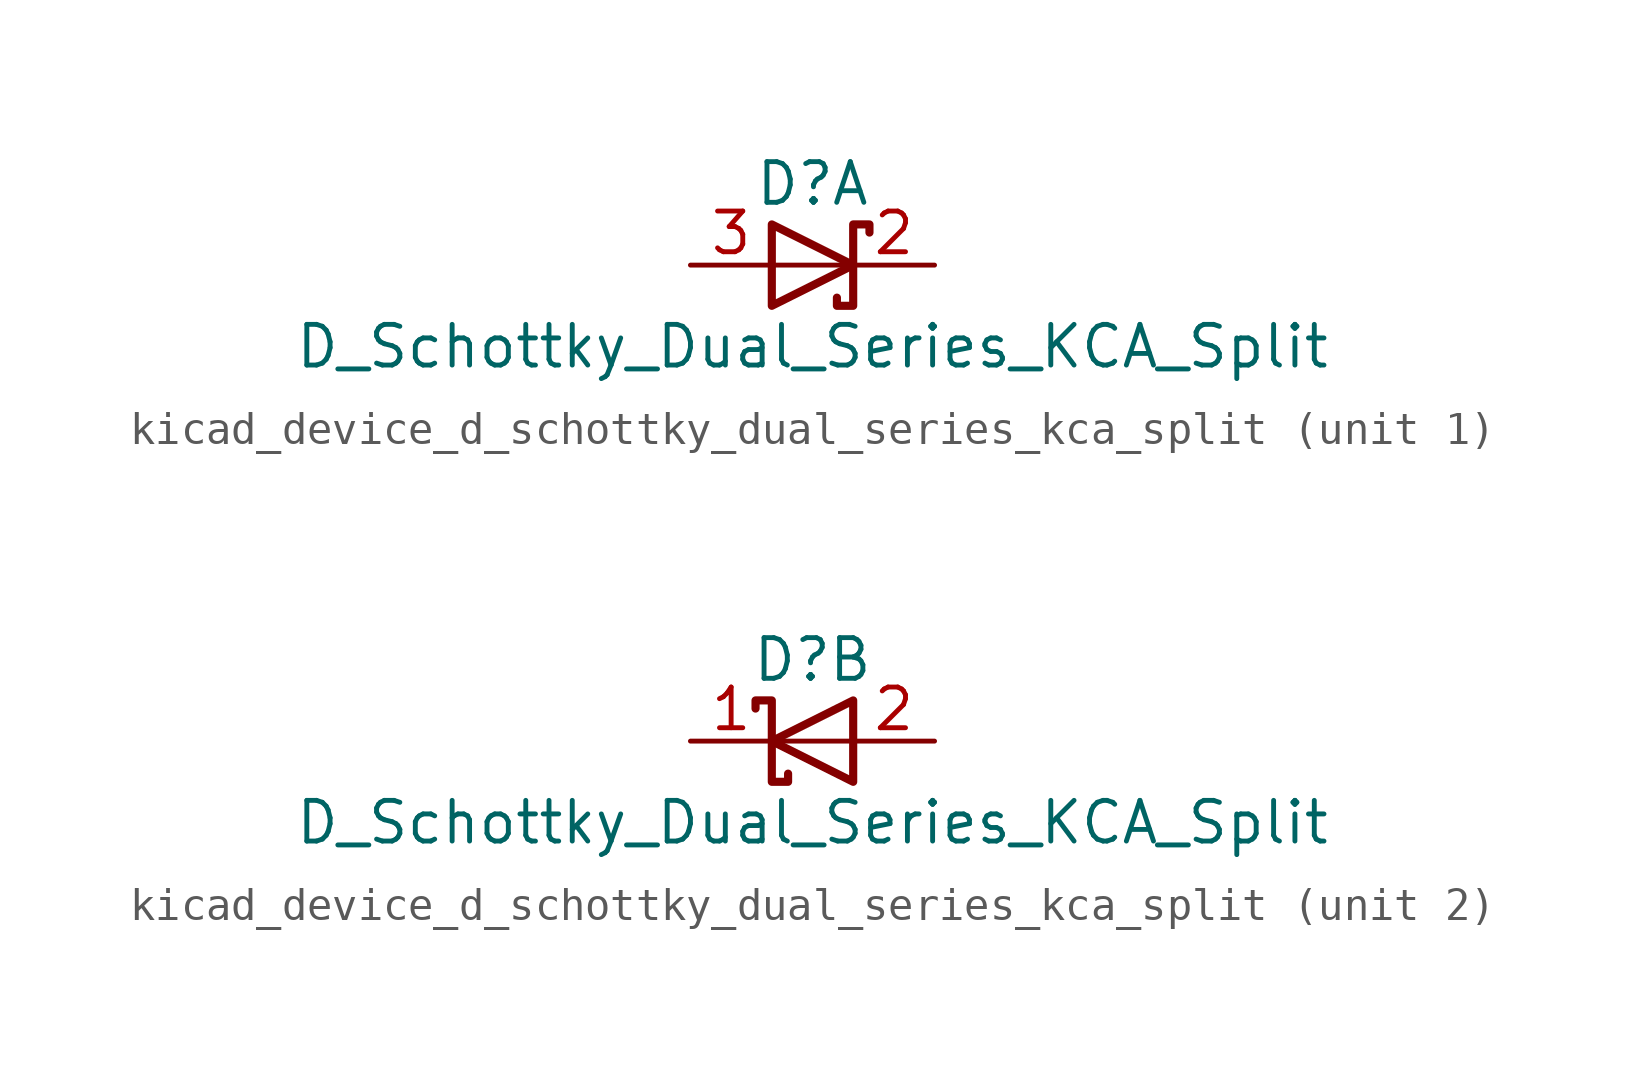
<source format=kicad_sym>
(kicad_symbol_lib
  (version 20220914)
  (generator kicad_symbol_editor)
  (symbol "kicad_device_d_schottky_dual_series_kca_split"
    (pin_names
      (offset 0.762) hide)
    (property "Reference" "D"
      (at 0 2.54 0)
      (effects (font (size 1.27 1.27))))
    (property "Value" "D_Schottky_Dual_Series_KCA_Split"
      (at 0 -2.54 0)
      (effects (font (size 1.27 1.27))))
    (property "ki_locked" ""
      (at 0 0 0)
      (effects (font (size 1.27 1.27))))
    (symbol "kicad_device_d_schottky_dual_series_kca_split_0_1"
      (pin passive line (at 3.81 0 180) (length 2.54) (name "K" (effects (font (size 1.27 1.27)))) (number "2" (effects (font (size 1.27 1.27))))))
    (symbol "kicad_device_d_schottky_dual_series_kca_split_1_1"
      (polyline (pts (xy 1.27 0) (xy -1.27 0)) (stroke (width 0) (type default)) (fill (type none)))
      (polyline (pts (xy -1.27 1.27) (xy 1.27 0) (xy -1.27 -1.27) (xy -1.27 1.27) (xy -1.27 1.27) (xy -1.27 1.27)) (stroke (width 0.254) (type default)) (fill (type none)))
      (polyline (pts (xy 1.778 1.016) (xy 1.778 1.27) (xy 1.27 1.27) (xy 1.27 -1.27) (xy 0.762 -1.27) (xy 0.762 -1.016)) (stroke (width 0.254) (type default)) (fill (type none)))
      (pin passive line (at -3.81 0 0) (length 2.54) (name "A" (effects (font (size 1.27 1.27)))) (number "3" (effects (font (size 1.27 1.27))))))
    (symbol "kicad_device_d_schottky_dual_series_kca_split_2_1"
      (polyline (pts (xy -1.27 0) (xy 1.27 0)) (stroke (width 0) (type default)) (fill (type none)))
      (polyline (pts (xy -1.778 1.016) (xy -1.778 1.27) (xy -1.27 1.27) (xy -1.27 -1.27) (xy -0.762 -1.27) (xy -0.762 -1.016)) (stroke (width 0.254) (type default)) (fill (type none)))
      (polyline (pts (xy 1.27 1.27) (xy -1.27 0) (xy 1.27 -1.27) (xy 1.27 1.27) (xy 1.27 1.27) (xy 1.27 1.27)) (stroke (width 0.254) (type default)) (fill (type none)))
      (pin passive line (at -3.81 0 0) (length 2.54) (name "K" (effects (font (size 1.27 1.27)))) (number "1" (effects (font (size 1.27 1.27))))))))
</source>
